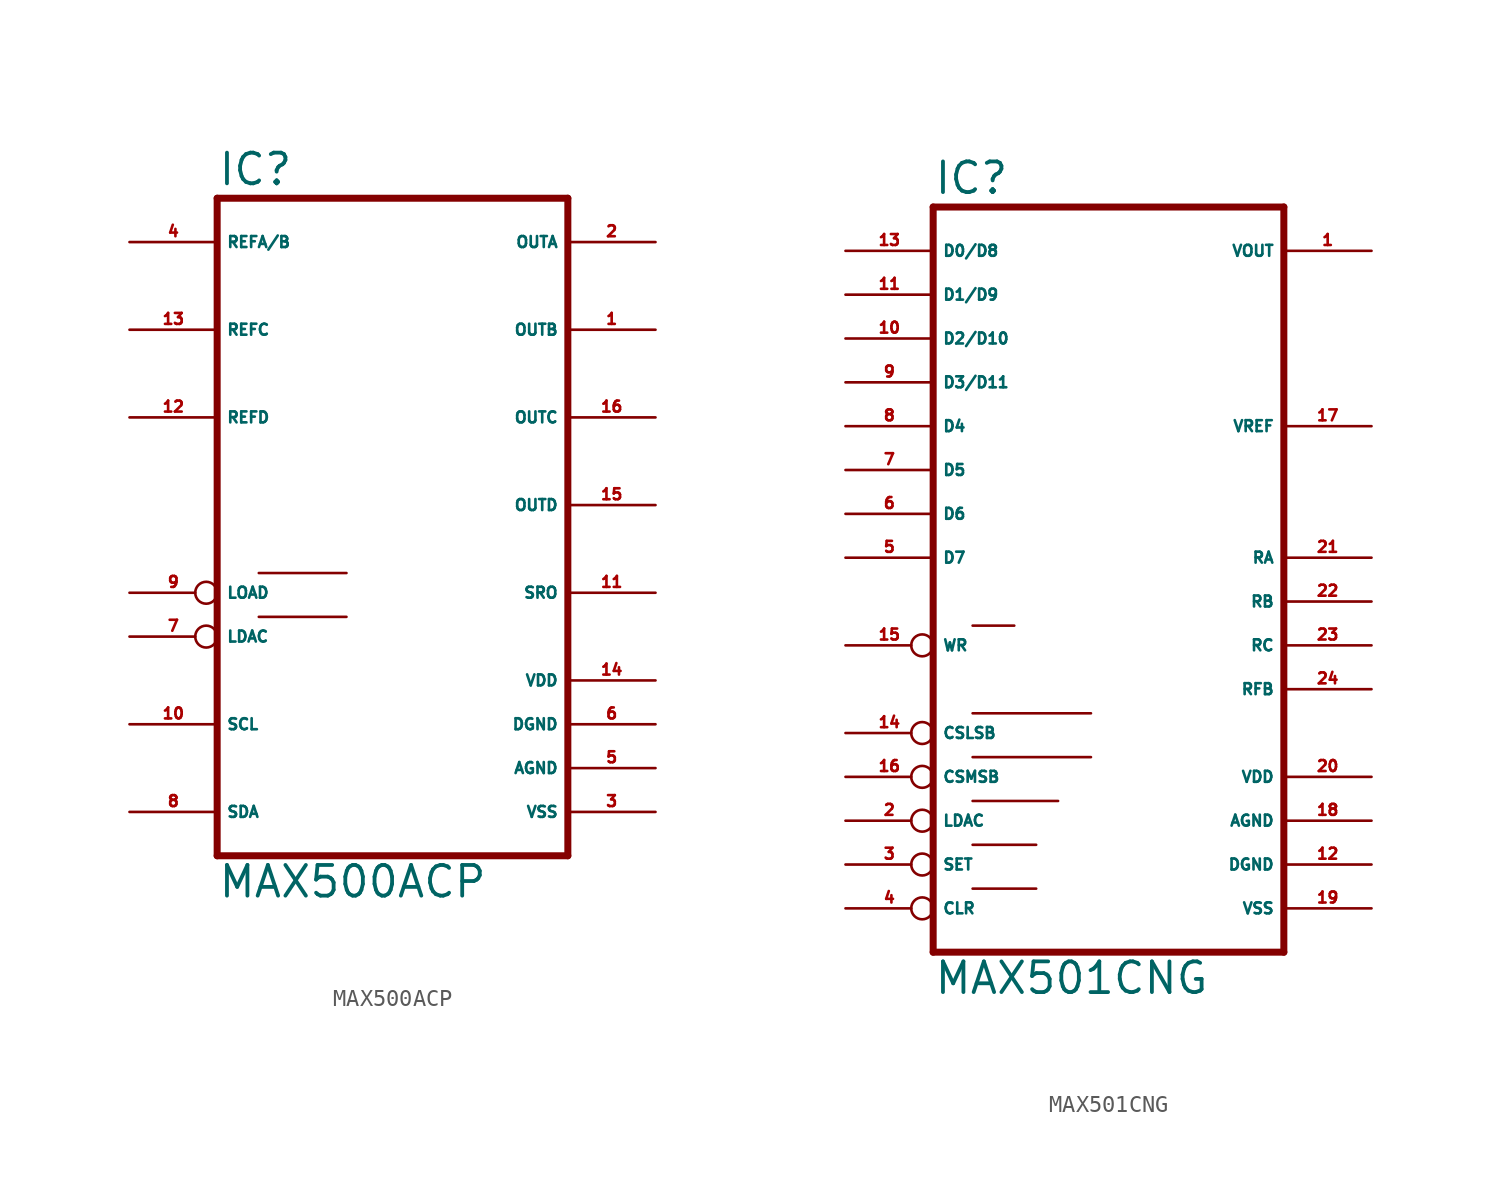
<source format=kicad_sym>
(kicad_symbol_lib
  (version 20220914)
  (generator Eagle2Kicad)
  (symbol "MAX500ACP"
    (property "Reference" "IC"
      (at -10.16 20.955 0)
      (effects (font (size 1.778 1.778) (thickness 0.22)) (justify left bottom)))
    (property "Value" "MAX500ACP"
      (at -10.16 -20.32 0)
      (effects (font (size 1.778 1.778) (thickness 0.22)) (justify left bottom)))
    (polyline
      (pts (xy 10.16 -17.78) (xy -10.16 -17.78))
      (stroke (width 0.406) (type default))
      (fill (type none)))
    (polyline
      (pts (xy -10.16 20.32) (xy -10.16 -17.78))
      (stroke (width 0.406) (type default))
      (fill (type none)))
    (polyline
      (pts (xy -10.16 20.32) (xy 10.16 20.32))
      (stroke (width 0.406) (type default))
      (fill (type none)))
    (polyline
      (pts (xy 10.16 -17.78) (xy 10.16 20.32))
      (stroke (width 0.406) (type default))
      (fill (type none)))
    (polyline
      (pts (xy -7.747 -1.397) (xy -2.667 -1.397))
      (stroke (width 0.152) (type default))
      (fill (type none)))
    (polyline
      (pts (xy -7.747 -3.937) (xy -2.667 -3.937))
      (stroke (width 0.152) (type default))
      (fill (type none)))
    (pin unspecified line
      (at 15.24 -12.7 180)
      (length 5.08)
      (name "AGND" (effects (font (size 0.635 0.635) (thickness 0.08)) (justify left bottom)))
      (number "5" (effects (font (size 0.635 0.635) (thickness 0.08)) (justify left bottom))))
    (pin unspecified line
      (at 15.24 -7.62 180)
      (length 5.08)
      (name "VDD" (effects (font (size 0.635 0.635) (thickness 0.08)) (justify left bottom)))
      (number "14" (effects (font (size 0.635 0.635) (thickness 0.08)) (justify left bottom))))
    (pin unspecified line
      (at 15.24 7.62 180)
      (length 5.08)
      (name "OUTC" (effects (font (size 0.635 0.635) (thickness 0.08)) (justify left bottom)))
      (number "16" (effects (font (size 0.635 0.635) (thickness 0.08)) (justify left bottom))))
    (pin input line
      (at -15.24 -15.24 0)
      (length 5.08)
      (name "SDA" (effects (font (size 0.635 0.635) (thickness 0.08)) (justify left bottom)))
      (number "8" (effects (font (size 0.635 0.635) (thickness 0.08)) (justify left bottom))))
    (pin unspecified line
      (at 15.24 2.54 180)
      (length 5.08)
      (name "OUTD" (effects (font (size 0.635 0.635) (thickness 0.08)) (justify left bottom)))
      (number "15" (effects (font (size 0.635 0.635) (thickness 0.08)) (justify left bottom))))
    (pin unspecified line
      (at 15.24 12.7 180)
      (length 5.08)
      (name "OUTB" (effects (font (size 0.635 0.635) (thickness 0.08)) (justify left bottom)))
      (number "1" (effects (font (size 0.635 0.635) (thickness 0.08)) (justify left bottom))))
    (pin unspecified line
      (at 15.24 17.78 180)
      (length 5.08)
      (name "OUTA" (effects (font (size 0.635 0.635) (thickness 0.08)) (justify left bottom)))
      (number "2" (effects (font (size 0.635 0.635) (thickness 0.08)) (justify left bottom))))
    (pin input inverted
      (at -15.24 -5.08 0)
      (length 5.08)
      (name "LDAC" (effects (font (size 0.635 0.635) (thickness 0.08)) (justify left bottom)))
      (number "7" (effects (font (size 0.635 0.635) (thickness 0.08)) (justify left bottom))))
    (pin input line
      (at -15.24 17.78 0)
      (length 5.08)
      (name "REFA/B" (effects (font (size 0.635 0.635) (thickness 0.08)) (justify left bottom)))
      (number "4" (effects (font (size 0.635 0.635) (thickness 0.08)) (justify left bottom))))
    (pin input line
      (at -15.24 7.62 0)
      (length 5.08)
      (name "REFD" (effects (font (size 0.635 0.635) (thickness 0.08)) (justify left bottom)))
      (number "12" (effects (font (size 0.635 0.635) (thickness 0.08)) (justify left bottom))))
    (pin input line
      (at -15.24 12.7 0)
      (length 5.08)
      (name "REFC" (effects (font (size 0.635 0.635) (thickness 0.08)) (justify left bottom)))
      (number "13" (effects (font (size 0.635 0.635) (thickness 0.08)) (justify left bottom))))
    (pin input inverted
      (at -15.24 -2.54 0)
      (length 5.08)
      (name "LOAD" (effects (font (size 0.635 0.635) (thickness 0.08)) (justify left bottom)))
      (number "9" (effects (font (size 0.635 0.635) (thickness 0.08)) (justify left bottom))))
    (pin output line
      (at 15.24 -2.54 180)
      (length 5.08)
      (name "SRO" (effects (font (size 0.635 0.635) (thickness 0.08)) (justify left bottom)))
      (number "11" (effects (font (size 0.635 0.635) (thickness 0.08)) (justify left bottom))))
    (pin input line
      (at -15.24 -10.16 0)
      (length 5.08)
      (name "SCL" (effects (font (size 0.635 0.635) (thickness 0.08)) (justify left bottom)))
      (number "10" (effects (font (size 0.635 0.635) (thickness 0.08)) (justify left bottom))))
    (pin unspecified line
      (at 15.24 -10.16 180)
      (length 5.08)
      (name "DGND" (effects (font (size 0.635 0.635) (thickness 0.08)) (justify left bottom)))
      (number "6" (effects (font (size 0.635 0.635) (thickness 0.08)) (justify left bottom))))
    (pin unspecified line
      (at 15.24 -15.24 180)
      (length 5.08)
      (name "VSS" (effects (font (size 0.635 0.635) (thickness 0.08)) (justify left bottom)))
      (number "3" (effects (font (size 0.635 0.635) (thickness 0.08)) (justify left bottom)))))
  (symbol "MAX501CNG"
    (property "Reference" "IC"
      (at -10.16 23.495 0)
      (effects (font (size 1.778 1.778) (thickness 0.22)) (justify left bottom)))
    (property "Value" "MAX501CNG"
      (at -10.16 -22.86 0)
      (effects (font (size 1.778 1.778) (thickness 0.22)) (justify left bottom)))
    (polyline
      (pts (xy 10.16 -20.32) (xy -10.16 -20.32))
      (stroke (width 0.406) (type default))
      (fill (type none)))
    (polyline
      (pts (xy -10.16 22.86) (xy -10.16 -20.32))
      (stroke (width 0.406) (type default))
      (fill (type none)))
    (polyline
      (pts (xy -10.16 22.86) (xy 10.16 22.86))
      (stroke (width 0.406) (type default))
      (fill (type none)))
    (polyline
      (pts (xy 10.16 -20.32) (xy 10.16 22.86))
      (stroke (width 0.406) (type default))
      (fill (type none)))
    (polyline
      (pts (xy -7.874 -1.397) (xy -5.461 -1.397))
      (stroke (width 0.152) (type default))
      (fill (type none)))
    (polyline
      (pts (xy -7.874 -14.097) (xy -4.191 -14.097))
      (stroke (width 0.152) (type default))
      (fill (type none)))
    (polyline
      (pts (xy -7.874 -9.017) (xy -1.016 -9.017))
      (stroke (width 0.152) (type default))
      (fill (type none)))
    (polyline
      (pts (xy -7.874 -16.637) (xy -4.191 -16.637))
      (stroke (width 0.152) (type default))
      (fill (type none)))
    (polyline
      (pts (xy -7.874 -6.477) (xy -1.016 -6.477))
      (stroke (width 0.152) (type default))
      (fill (type none)))
    (polyline
      (pts (xy -7.874 -11.557) (xy -2.921 -11.557))
      (stroke (width 0.152) (type default))
      (fill (type none)))
    (pin unspecified line
      (at 15.24 -10.16 180)
      (length 5.08)
      (name "VDD" (effects (font (size 0.635 0.635) (thickness 0.08)) (justify left bottom)))
      (number "20" (effects (font (size 0.635 0.635) (thickness 0.08)) (justify left bottom))))
    (pin output line
      (at 15.24 20.32 180)
      (length 5.08)
      (name "VOUT" (effects (font (size 0.635 0.635) (thickness 0.08)) (justify left bottom)))
      (number "1" (effects (font (size 0.635 0.635) (thickness 0.08)) (justify left bottom))))
    (pin unspecified line
      (at 15.24 -12.7 180)
      (length 5.08)
      (name "AGND" (effects (font (size 0.635 0.635) (thickness 0.08)) (justify left bottom)))
      (number "18" (effects (font (size 0.635 0.635) (thickness 0.08)) (justify left bottom))))
    (pin passive line
      (at 15.24 2.54 180)
      (length 5.08)
      (name "RA" (effects (font (size 0.635 0.635) (thickness 0.08)) (justify left bottom)))
      (number "21" (effects (font (size 0.635 0.635) (thickness 0.08)) (justify left bottom))))
    (pin input line
      (at -15.24 20.32 0)
      (length 5.08)
      (name "D0/D8" (effects (font (size 0.635 0.635) (thickness 0.08)) (justify left bottom)))
      (number "13" (effects (font (size 0.635 0.635) (thickness 0.08)) (justify left bottom))))
    (pin input line
      (at -15.24 10.16 0)
      (length 5.08)
      (name "D4" (effects (font (size 0.635 0.635) (thickness 0.08)) (justify left bottom)))
      (number "8" (effects (font (size 0.635 0.635) (thickness 0.08)) (justify left bottom))))
    (pin input line
      (at -15.24 17.78 0)
      (length 5.08)
      (name "D1/D9" (effects (font (size 0.635 0.635) (thickness 0.08)) (justify left bottom)))
      (number "11" (effects (font (size 0.635 0.635) (thickness 0.08)) (justify left bottom))))
    (pin input line
      (at -15.24 15.24 0)
      (length 5.08)
      (name "D2/D10" (effects (font (size 0.635 0.635) (thickness 0.08)) (justify left bottom)))
      (number "10" (effects (font (size 0.635 0.635) (thickness 0.08)) (justify left bottom))))
    (pin input line
      (at -15.24 12.7 0)
      (length 5.08)
      (name "D3/D11" (effects (font (size 0.635 0.635) (thickness 0.08)) (justify left bottom)))
      (number "9" (effects (font (size 0.635 0.635) (thickness 0.08)) (justify left bottom))))
    (pin input line
      (at -15.24 7.62 0)
      (length 5.08)
      (name "D5" (effects (font (size 0.635 0.635) (thickness 0.08)) (justify left bottom)))
      (number "7" (effects (font (size 0.635 0.635) (thickness 0.08)) (justify left bottom))))
    (pin input line
      (at -15.24 5.08 0)
      (length 5.08)
      (name "D6" (effects (font (size 0.635 0.635) (thickness 0.08)) (justify left bottom)))
      (number "6" (effects (font (size 0.635 0.635) (thickness 0.08)) (justify left bottom))))
    (pin input line
      (at -15.24 2.54 0)
      (length 5.08)
      (name "D7" (effects (font (size 0.635 0.635) (thickness 0.08)) (justify left bottom)))
      (number "5" (effects (font (size 0.635 0.635) (thickness 0.08)) (justify left bottom))))
    (pin input inverted
      (at -15.24 -17.78 0)
      (length 5.08)
      (name "CLR" (effects (font (size 0.635 0.635) (thickness 0.08)) (justify left bottom)))
      (number "4" (effects (font (size 0.635 0.635) (thickness 0.08)) (justify left bottom))))
    (pin unspecified line
      (at 15.24 -17.78 180)
      (length 5.08)
      (name "VSS" (effects (font (size 0.635 0.635) (thickness 0.08)) (justify left bottom)))
      (number "19" (effects (font (size 0.635 0.635) (thickness 0.08)) (justify left bottom))))
    (pin unspecified line
      (at 15.24 -15.24 180)
      (length 5.08)
      (name "DGND" (effects (font (size 0.635 0.635) (thickness 0.08)) (justify left bottom)))
      (number "12" (effects (font (size 0.635 0.635) (thickness 0.08)) (justify left bottom))))
    (pin input line
      (at 15.24 10.16 180)
      (length 5.08)
      (name "VREF" (effects (font (size 0.635 0.635) (thickness 0.08)) (justify left bottom)))
      (number "17" (effects (font (size 0.635 0.635) (thickness 0.08)) (justify left bottom))))
    (pin input inverted
      (at -15.24 -2.54 0)
      (length 5.08)
      (name "WR" (effects (font (size 0.635 0.635) (thickness 0.08)) (justify left bottom)))
      (number "15" (effects (font (size 0.635 0.635) (thickness 0.08)) (justify left bottom))))
    (pin passive line
      (at 15.24 0 180)
      (length 5.08)
      (name "RB" (effects (font (size 0.635 0.635) (thickness 0.08)) (justify left bottom)))
      (number "22" (effects (font (size 0.635 0.635) (thickness 0.08)) (justify left bottom))))
    (pin passive line
      (at 15.24 -2.54 180)
      (length 5.08)
      (name "RC" (effects (font (size 0.635 0.635) (thickness 0.08)) (justify left bottom)))
      (number "23" (effects (font (size 0.635 0.635) (thickness 0.08)) (justify left bottom))))
    (pin passive line
      (at 15.24 -5.08 180)
      (length 5.08)
      (name "RFB" (effects (font (size 0.635 0.635) (thickness 0.08)) (justify left bottom)))
      (number "24" (effects (font (size 0.635 0.635) (thickness 0.08)) (justify left bottom))))
    (pin input inverted
      (at -15.24 -12.7 0)
      (length 5.08)
      (name "LDAC" (effects (font (size 0.635 0.635) (thickness 0.08)) (justify left bottom)))
      (number "2" (effects (font (size 0.635 0.635) (thickness 0.08)) (justify left bottom))))
    (pin input inverted
      (at -15.24 -15.24 0)
      (length 5.08)
      (name "SET" (effects (font (size 0.635 0.635) (thickness 0.08)) (justify left bottom)))
      (number "3" (effects (font (size 0.635 0.635) (thickness 0.08)) (justify left bottom))))
    (pin input inverted
      (at -15.24 -7.62 0)
      (length 5.08)
      (name "CSLSB" (effects (font (size 0.635 0.635) (thickness 0.08)) (justify left bottom)))
      (number "14" (effects (font (size 0.635 0.635) (thickness 0.08)) (justify left bottom))))
    (pin input inverted
      (at -15.24 -10.16 0)
      (length 5.08)
      (name "CSMSB" (effects (font (size 0.635 0.635) (thickness 0.08)) (justify left bottom)))
      (number "16" (effects (font (size 0.635 0.635) (thickness 0.08)) (justify left bottom))))))
</source>
